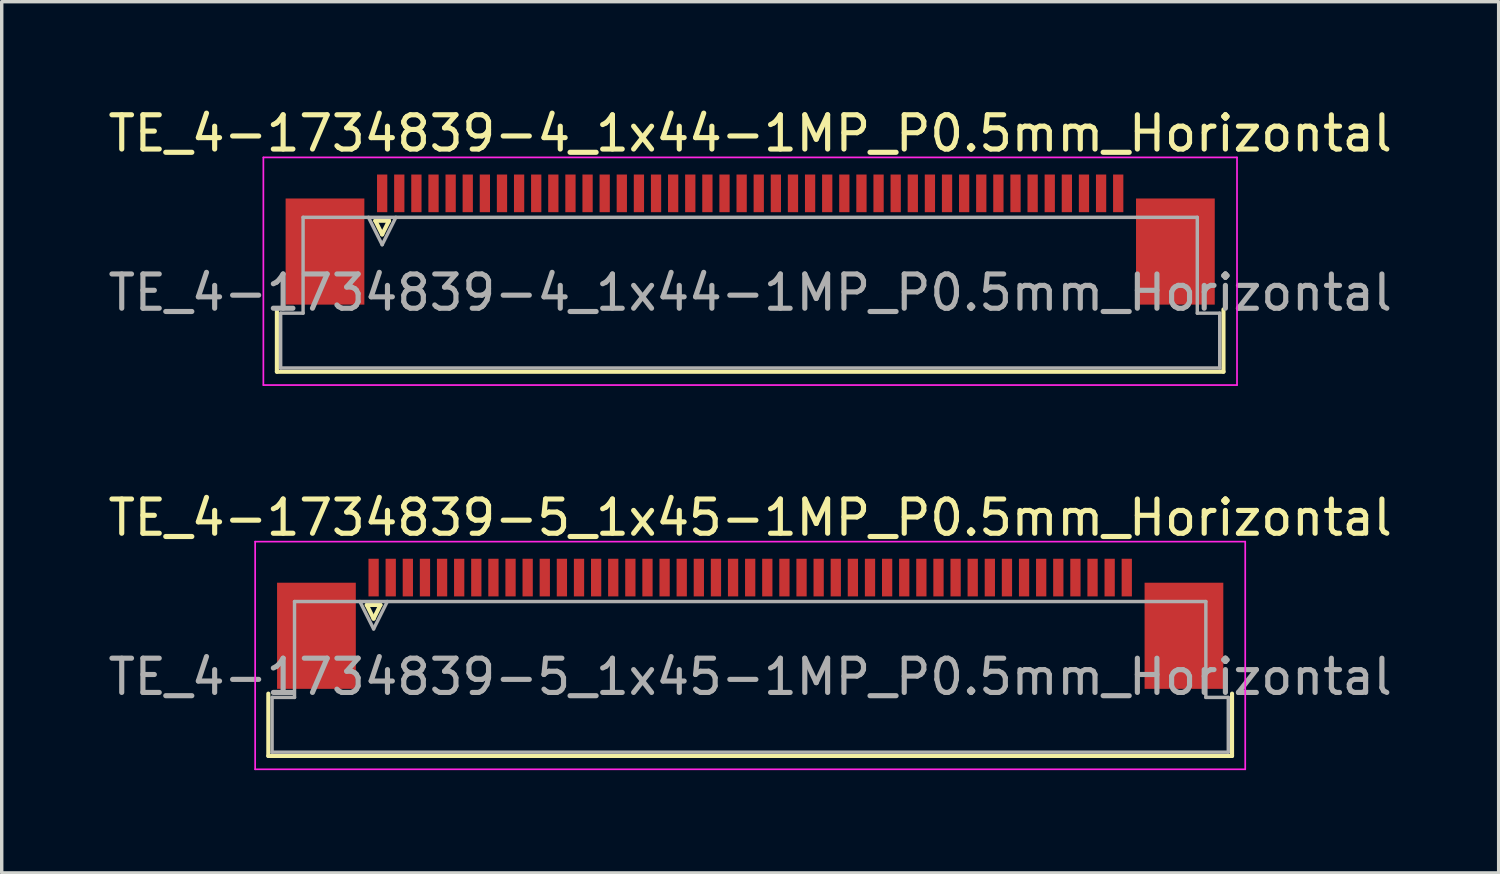
<source format=kicad_pcb>
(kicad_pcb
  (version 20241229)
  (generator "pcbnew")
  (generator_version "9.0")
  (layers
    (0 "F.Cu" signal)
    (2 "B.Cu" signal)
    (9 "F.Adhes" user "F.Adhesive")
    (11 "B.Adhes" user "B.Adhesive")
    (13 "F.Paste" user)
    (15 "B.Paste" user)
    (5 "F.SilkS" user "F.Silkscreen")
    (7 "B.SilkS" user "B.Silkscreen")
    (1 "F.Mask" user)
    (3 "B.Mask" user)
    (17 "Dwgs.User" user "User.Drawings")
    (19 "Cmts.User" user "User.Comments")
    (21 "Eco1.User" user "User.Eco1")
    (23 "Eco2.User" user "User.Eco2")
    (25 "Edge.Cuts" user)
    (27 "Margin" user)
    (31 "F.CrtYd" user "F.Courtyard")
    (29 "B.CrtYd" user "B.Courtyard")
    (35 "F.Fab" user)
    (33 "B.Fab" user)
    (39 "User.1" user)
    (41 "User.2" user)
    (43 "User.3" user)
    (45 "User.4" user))
  (footprint "TE_4-1734839-5_1x45-1MP_P0.5mm_Horizontal"
    (layer "F.Cu")
    (at 18.863 15.621)
    (property "Reference" "TE_4-1734839-5_1x45-1MP_P0.5mm_Horizontal" (at 0 -3.55 0) (layer "F.SilkS") (effects (font (size 1 1) (thickness 0.15))))
    (attr smd)
    (fp_line (start -14.075 3.41) (end -14.075 1.59) (stroke (width 0.12) (type solid)) (layer "F.SilkS"))
    (fp_line (start -11.2 -1) (end -11 -0.6) (stroke (width 0.12) (type solid)) (layer "F.SilkS"))
    (fp_line (start -11 -0.6) (end -10.8 -1) (stroke (width 0.12) (type solid)) (layer "F.SilkS"))
    (fp_line (start -10.8 -1) (end -11.2 -1) (stroke (width 0.12) (type solid)) (layer "F.SilkS"))
    (fp_line (start 14.075 1.59) (end 14.075 3.41) (stroke (width 0.12) (type solid)) (layer "F.SilkS"))
    (fp_line (start 14.075 3.41) (end -14.075 3.41) (stroke (width 0.12) (type solid)) (layer "F.SilkS"))
    (fp_line (start -14.46 -2.85) (end -14.46 3.8) (stroke (width 0.05) (type solid)) (layer "F.CrtYd"))
    (fp_line (start -14.46 3.8) (end 14.46 3.8) (stroke (width 0.05) (type solid)) (layer "F.CrtYd"))
    (fp_line (start 14.46 -2.85) (end -14.46 -2.85) (stroke (width 0.05) (type solid)) (layer "F.CrtYd"))
    (fp_line (start 14.46 3.8) (end 14.46 -2.85) (stroke (width 0.05) (type solid)) (layer "F.CrtYd"))
    (fp_line (start -13.965 1.7) (end -13.31 1.7) (stroke (width 0.1) (type solid)) (layer "F.Fab"))
    (fp_line (start -13.965 3.3) (end -13.965 1.7) (stroke (width 0.1) (type solid)) (layer "F.Fab"))
    (fp_line (start -13.31 -1.1) (end 13.31 -1.1) (stroke (width 0.1) (type solid)) (layer "F.Fab"))
    (fp_line (start -13.31 1.7) (end -13.31 -1.1) (stroke (width 0.1) (type solid)) (layer "F.Fab"))
    (fp_line (start -11.4 -1.1) (end -11 -0.3) (stroke (width 0.1) (type solid)) (layer "F.Fab"))
    (fp_line (start -11 -0.3) (end -10.6 -1.1) (stroke (width 0.1) (type solid)) (layer "F.Fab"))
    (fp_line (start 13.31 -1.1) (end 13.31 1.7) (stroke (width 0.1) (type solid)) (layer "F.Fab"))
    (fp_line (start 13.31 1.7) (end 13.965 1.7) (stroke (width 0.1) (type solid)) (layer "F.Fab"))
    (fp_line (start 13.965 1.7) (end 13.965 3.3) (stroke (width 0.1) (type solid)) (layer "F.Fab"))
    (fp_line (start 13.965 3.3) (end -13.965 3.3) (stroke (width 0.1) (type solid)) (layer "F.Fab"))
    (fp_text user "${REFERENCE}" (at 0 1.1 0) (layer "F.Fab") (effects (font (size 1 1) (thickness 0.15))))
    (pad "1" smd rect (at -11 -1.8) (size 0.3 1.1) (layers "F.Cu" "F.Mask" "F.Paste"))
    (pad "2" smd rect (at -10.5 -1.8) (size 0.3 1.1) (layers "F.Cu" "F.Mask" "F.Paste"))
    (pad "3" smd rect (at -10 -1.8) (size 0.3 1.1) (layers "F.Cu" "F.Mask" "F.Paste"))
    (pad "4" smd rect (at -9.5 -1.8) (size 0.3 1.1) (layers "F.Cu" "F.Mask" "F.Paste"))
    (pad "5" smd rect (at -9 -1.8) (size 0.3 1.1) (layers "F.Cu" "F.Mask" "F.Paste"))
    (pad "6" smd rect (at -8.5 -1.8) (size 0.3 1.1) (layers "F.Cu" "F.Mask" "F.Paste"))
    (pad "7" smd rect (at -8 -1.8) (size 0.3 1.1) (layers "F.Cu" "F.Mask" "F.Paste"))
    (pad "8" smd rect (at -7.5 -1.8) (size 0.3 1.1) (layers "F.Cu" "F.Mask" "F.Paste"))
    (pad "9" smd rect (at -7 -1.8) (size 0.3 1.1) (layers "F.Cu" "F.Mask" "F.Paste"))
    (pad "10" smd rect (at -6.5 -1.8) (size 0.3 1.1) (layers "F.Cu" "F.Mask" "F.Paste"))
    (pad "11" smd rect (at -6 -1.8) (size 0.3 1.1) (layers "F.Cu" "F.Mask" "F.Paste"))
    (pad "12" smd rect (at -5.5 -1.8) (size 0.3 1.1) (layers "F.Cu" "F.Mask" "F.Paste"))
    (pad "13" smd rect (at -5 -1.8) (size 0.3 1.1) (layers "F.Cu" "F.Mask" "F.Paste"))
    (pad "14" smd rect (at -4.5 -1.8) (size 0.3 1.1) (layers "F.Cu" "F.Mask" "F.Paste"))
    (pad "15" smd rect (at -4 -1.8) (size 0.3 1.1) (layers "F.Cu" "F.Mask" "F.Paste"))
    (pad "16" smd rect (at -3.5 -1.8) (size 0.3 1.1) (layers "F.Cu" "F.Mask" "F.Paste"))
    (pad "17" smd rect (at -3 -1.8) (size 0.3 1.1) (layers "F.Cu" "F.Mask" "F.Paste"))
    (pad "18" smd rect (at -2.5 -1.8) (size 0.3 1.1) (layers "F.Cu" "F.Mask" "F.Paste"))
    (pad "19" smd rect (at -2 -1.8) (size 0.3 1.1) (layers "F.Cu" "F.Mask" "F.Paste"))
    (pad "20" smd rect (at -1.5 -1.8) (size 0.3 1.1) (layers "F.Cu" "F.Mask" "F.Paste"))
    (pad "21" smd rect (at -1 -1.8) (size 0.3 1.1) (layers "F.Cu" "F.Mask" "F.Paste"))
    (pad "22" smd rect (at -0.5 -1.8) (size 0.3 1.1) (layers "F.Cu" "F.Mask" "F.Paste"))
    (pad "23" smd rect (at 0 -1.8) (size 0.3 1.1) (layers "F.Cu" "F.Mask" "F.Paste"))
    (pad "24" smd rect (at 0.5 -1.8) (size 0.3 1.1) (layers "F.Cu" "F.Mask" "F.Paste"))
    (pad "25" smd rect (at 1 -1.8) (size 0.3 1.1) (layers "F.Cu" "F.Mask" "F.Paste"))
    (pad "26" smd rect (at 1.5 -1.8) (size 0.3 1.1) (layers "F.Cu" "F.Mask" "F.Paste"))
    (pad "27" smd rect (at 2 -1.8) (size 0.3 1.1) (layers "F.Cu" "F.Mask" "F.Paste"))
    (pad "28" smd rect (at 2.5 -1.8) (size 0.3 1.1) (layers "F.Cu" "F.Mask" "F.Paste"))
    (pad "29" smd rect (at 3 -1.8) (size 0.3 1.1) (layers "F.Cu" "F.Mask" "F.Paste"))
    (pad "30" smd rect (at 3.5 -1.8) (size 0.3 1.1) (layers "F.Cu" "F.Mask" "F.Paste"))
    (pad "31" smd rect (at 4 -1.8) (size 0.3 1.1) (layers "F.Cu" "F.Mask" "F.Paste"))
    (pad "32" smd rect (at 4.5 -1.8) (size 0.3 1.1) (layers "F.Cu" "F.Mask" "F.Paste"))
    (pad "33" smd rect (at 5 -1.8) (size 0.3 1.1) (layers "F.Cu" "F.Mask" "F.Paste"))
    (pad "34" smd rect (at 5.5 -1.8) (size 0.3 1.1) (layers "F.Cu" "F.Mask" "F.Paste"))
    (pad "35" smd rect (at 6 -1.8) (size 0.3 1.1) (layers "F.Cu" "F.Mask" "F.Paste"))
    (pad "36" smd rect (at 6.5 -1.8) (size 0.3 1.1) (layers "F.Cu" "F.Mask" "F.Paste"))
    (pad "37" smd rect (at 7 -1.8) (size 0.3 1.1) (layers "F.Cu" "F.Mask" "F.Paste"))
    (pad "38" smd rect (at 7.5 -1.8) (size 0.3 1.1) (layers "F.Cu" "F.Mask" "F.Paste"))
    (pad "39" smd rect (at 8 -1.8) (size 0.3 1.1) (layers "F.Cu" "F.Mask" "F.Paste"))
    (pad "40" smd rect (at 8.5 -1.8) (size 0.3 1.1) (layers "F.Cu" "F.Mask" "F.Paste"))
    (pad "41" smd rect (at 9 -1.8) (size 0.3 1.1) (layers "F.Cu" "F.Mask" "F.Paste"))
    (pad "42" smd rect (at 9.5 -1.8) (size 0.3 1.1) (layers "F.Cu" "F.Mask" "F.Paste"))
    (pad "43" smd rect (at 10 -1.8) (size 0.3 1.1) (layers "F.Cu" "F.Mask" "F.Paste"))
    (pad "44" smd rect (at 10.5 -1.8) (size 0.3 1.1) (layers "F.Cu" "F.Mask" "F.Paste"))
    (pad "45" smd rect (at 11 -1.8) (size 0.3 1.1) (layers "F.Cu" "F.Mask" "F.Paste"))
    (pad "MP" smd rect (at -12.67 -0.1) (size 2.3 3.1) (layers "F.Cu" "F.Mask" "F.Paste"))
    (pad "MP" smd rect (at 12.67 -0.1) (size 2.3 3.1) (layers "F.Cu" "F.Mask" "F.Paste")))
  (footprint "TE_4-1734839-4_1x44-1MP_P0.5mm_Horizontal"
    (layer "F.Cu")
    (at 18.863 4.398)
    (property "Reference" "TE_4-1734839-4_1x44-1MP_P0.5mm_Horizontal" (at 0 -3.55 0) (layer "F.SilkS") (effects (font (size 1 1) (thickness 0.15))))
    (attr smd)
    (fp_line (start -13.825 3.41) (end -13.825 1.59) (stroke (width 0.12) (type solid)) (layer "F.SilkS"))
    (fp_line (start -10.95 -1) (end -10.75 -0.6) (stroke (width 0.12) (type solid)) (layer "F.SilkS"))
    (fp_line (start -10.75 -0.6) (end -10.55 -1) (stroke (width 0.12) (type solid)) (layer "F.SilkS"))
    (fp_line (start -10.55 -1) (end -10.95 -1) (stroke (width 0.12) (type solid)) (layer "F.SilkS"))
    (fp_line (start 13.825 1.59) (end 13.825 3.41) (stroke (width 0.12) (type solid)) (layer "F.SilkS"))
    (fp_line (start 13.825 3.41) (end -13.825 3.41) (stroke (width 0.12) (type solid)) (layer "F.SilkS"))
    (fp_line (start -14.22 -2.85) (end -14.22 3.8) (stroke (width 0.05) (type solid)) (layer "F.CrtYd"))
    (fp_line (start -14.22 3.8) (end 14.22 3.8) (stroke (width 0.05) (type solid)) (layer "F.CrtYd"))
    (fp_line (start 14.22 -2.85) (end -14.22 -2.85) (stroke (width 0.05) (type solid)) (layer "F.CrtYd"))
    (fp_line (start 14.22 3.8) (end 14.22 -2.85) (stroke (width 0.05) (type solid)) (layer "F.CrtYd"))
    (fp_line (start -13.715 1.7) (end -13.06 1.7) (stroke (width 0.1) (type solid)) (layer "F.Fab"))
    (fp_line (start -13.715 3.3) (end -13.715 1.7) (stroke (width 0.1) (type solid)) (layer "F.Fab"))
    (fp_line (start -13.06 -1.1) (end 13.06 -1.1) (stroke (width 0.1) (type solid)) (layer "F.Fab"))
    (fp_line (start -13.06 1.7) (end -13.06 -1.1) (stroke (width 0.1) (type solid)) (layer "F.Fab"))
    (fp_line (start -11.15 -1.1) (end -10.75 -0.3) (stroke (width 0.1) (type solid)) (layer "F.Fab"))
    (fp_line (start -10.75 -0.3) (end -10.35 -1.1) (stroke (width 0.1) (type solid)) (layer "F.Fab"))
    (fp_line (start 13.06 -1.1) (end 13.06 1.7) (stroke (width 0.1) (type solid)) (layer "F.Fab"))
    (fp_line (start 13.06 1.7) (end 13.715 1.7) (stroke (width 0.1) (type solid)) (layer "F.Fab"))
    (fp_line (start 13.715 1.7) (end 13.715 3.3) (stroke (width 0.1) (type solid)) (layer "F.Fab"))
    (fp_line (start 13.715 3.3) (end -13.715 3.3) (stroke (width 0.1) (type solid)) (layer "F.Fab"))
    (fp_text user "${REFERENCE}" (at 0 1.1 0) (layer "F.Fab") (effects (font (size 1 1) (thickness 0.15))))
    (pad "1" smd rect (at -10.75 -1.8) (size 0.3 1.1) (layers "F.Cu" "F.Mask" "F.Paste"))
    (pad "2" smd rect (at -10.25 -1.8) (size 0.3 1.1) (layers "F.Cu" "F.Mask" "F.Paste"))
    (pad "3" smd rect (at -9.75 -1.8) (size 0.3 1.1) (layers "F.Cu" "F.Mask" "F.Paste"))
    (pad "4" smd rect (at -9.25 -1.8) (size 0.3 1.1) (layers "F.Cu" "F.Mask" "F.Paste"))
    (pad "5" smd rect (at -8.75 -1.8) (size 0.3 1.1) (layers "F.Cu" "F.Mask" "F.Paste"))
    (pad "6" smd rect (at -8.25 -1.8) (size 0.3 1.1) (layers "F.Cu" "F.Mask" "F.Paste"))
    (pad "7" smd rect (at -7.75 -1.8) (size 0.3 1.1) (layers "F.Cu" "F.Mask" "F.Paste"))
    (pad "8" smd rect (at -7.25 -1.8) (size 0.3 1.1) (layers "F.Cu" "F.Mask" "F.Paste"))
    (pad "9" smd rect (at -6.75 -1.8) (size 0.3 1.1) (layers "F.Cu" "F.Mask" "F.Paste"))
    (pad "10" smd rect (at -6.25 -1.8) (size 0.3 1.1) (layers "F.Cu" "F.Mask" "F.Paste"))
    (pad "11" smd rect (at -5.75 -1.8) (size 0.3 1.1) (layers "F.Cu" "F.Mask" "F.Paste"))
    (pad "12" smd rect (at -5.25 -1.8) (size 0.3 1.1) (layers "F.Cu" "F.Mask" "F.Paste"))
    (pad "13" smd rect (at -4.75 -1.8) (size 0.3 1.1) (layers "F.Cu" "F.Mask" "F.Paste"))
    (pad "14" smd rect (at -4.25 -1.8) (size 0.3 1.1) (layers "F.Cu" "F.Mask" "F.Paste"))
    (pad "15" smd rect (at -3.75 -1.8) (size 0.3 1.1) (layers "F.Cu" "F.Mask" "F.Paste"))
    (pad "16" smd rect (at -3.25 -1.8) (size 0.3 1.1) (layers "F.Cu" "F.Mask" "F.Paste"))
    (pad "17" smd rect (at -2.75 -1.8) (size 0.3 1.1) (layers "F.Cu" "F.Mask" "F.Paste"))
    (pad "18" smd rect (at -2.25 -1.8) (size 0.3 1.1) (layers "F.Cu" "F.Mask" "F.Paste"))
    (pad "19" smd rect (at -1.75 -1.8) (size 0.3 1.1) (layers "F.Cu" "F.Mask" "F.Paste"))
    (pad "20" smd rect (at -1.25 -1.8) (size 0.3 1.1) (layers "F.Cu" "F.Mask" "F.Paste"))
    (pad "21" smd rect (at -0.75 -1.8) (size 0.3 1.1) (layers "F.Cu" "F.Mask" "F.Paste"))
    (pad "22" smd rect (at -0.25 -1.8) (size 0.3 1.1) (layers "F.Cu" "F.Mask" "F.Paste"))
    (pad "23" smd rect (at 0.25 -1.8) (size 0.3 1.1) (layers "F.Cu" "F.Mask" "F.Paste"))
    (pad "24" smd rect (at 0.75 -1.8) (size 0.3 1.1) (layers "F.Cu" "F.Mask" "F.Paste"))
    (pad "25" smd rect (at 1.25 -1.8) (size 0.3 1.1) (layers "F.Cu" "F.Mask" "F.Paste"))
    (pad "26" smd rect (at 1.75 -1.8) (size 0.3 1.1) (layers "F.Cu" "F.Mask" "F.Paste"))
    (pad "27" smd rect (at 2.25 -1.8) (size 0.3 1.1) (layers "F.Cu" "F.Mask" "F.Paste"))
    (pad "28" smd rect (at 2.75 -1.8) (size 0.3 1.1) (layers "F.Cu" "F.Mask" "F.Paste"))
    (pad "29" smd rect (at 3.25 -1.8) (size 0.3 1.1) (layers "F.Cu" "F.Mask" "F.Paste"))
    (pad "30" smd rect (at 3.75 -1.8) (size 0.3 1.1) (layers "F.Cu" "F.Mask" "F.Paste"))
    (pad "31" smd rect (at 4.25 -1.8) (size 0.3 1.1) (layers "F.Cu" "F.Mask" "F.Paste"))
    (pad "32" smd rect (at 4.75 -1.8) (size 0.3 1.1) (layers "F.Cu" "F.Mask" "F.Paste"))
    (pad "33" smd rect (at 5.25 -1.8) (size 0.3 1.1) (layers "F.Cu" "F.Mask" "F.Paste"))
    (pad "34" smd rect (at 5.75 -1.8) (size 0.3 1.1) (layers "F.Cu" "F.Mask" "F.Paste"))
    (pad "35" smd rect (at 6.25 -1.8) (size 0.3 1.1) (layers "F.Cu" "F.Mask" "F.Paste"))
    (pad "36" smd rect (at 6.75 -1.8) (size 0.3 1.1) (layers "F.Cu" "F.Mask" "F.Paste"))
    (pad "37" smd rect (at 7.25 -1.8) (size 0.3 1.1) (layers "F.Cu" "F.Mask" "F.Paste"))
    (pad "38" smd rect (at 7.75 -1.8) (size 0.3 1.1) (layers "F.Cu" "F.Mask" "F.Paste"))
    (pad "39" smd rect (at 8.25 -1.8) (size 0.3 1.1) (layers "F.Cu" "F.Mask" "F.Paste"))
    (pad "40" smd rect (at 8.75 -1.8) (size 0.3 1.1) (layers "F.Cu" "F.Mask" "F.Paste"))
    (pad "41" smd rect (at 9.25 -1.8) (size 0.3 1.1) (layers "F.Cu" "F.Mask" "F.Paste"))
    (pad "42" smd rect (at 9.75 -1.8) (size 0.3 1.1) (layers "F.Cu" "F.Mask" "F.Paste"))
    (pad "43" smd rect (at 10.25 -1.8) (size 0.3 1.1) (layers "F.Cu" "F.Mask" "F.Paste"))
    (pad "44" smd rect (at 10.75 -1.8) (size 0.3 1.1) (layers "F.Cu" "F.Mask" "F.Paste"))
    (pad "MP" smd rect (at -12.42 -0.1) (size 2.3 3.1) (layers "F.Cu" "F.Mask" "F.Paste"))
    (pad "MP" smd rect (at 12.42 -0.1) (size 2.3 3.1) (layers "F.Cu" "F.Mask" "F.Paste")))
  (gr_rect
    (start -3 -3)
    (end 40.726 22.447)
    (stroke (width 0.1) (type default))
    (fill no)
    (layer "Edge.Cuts")))
</source>
